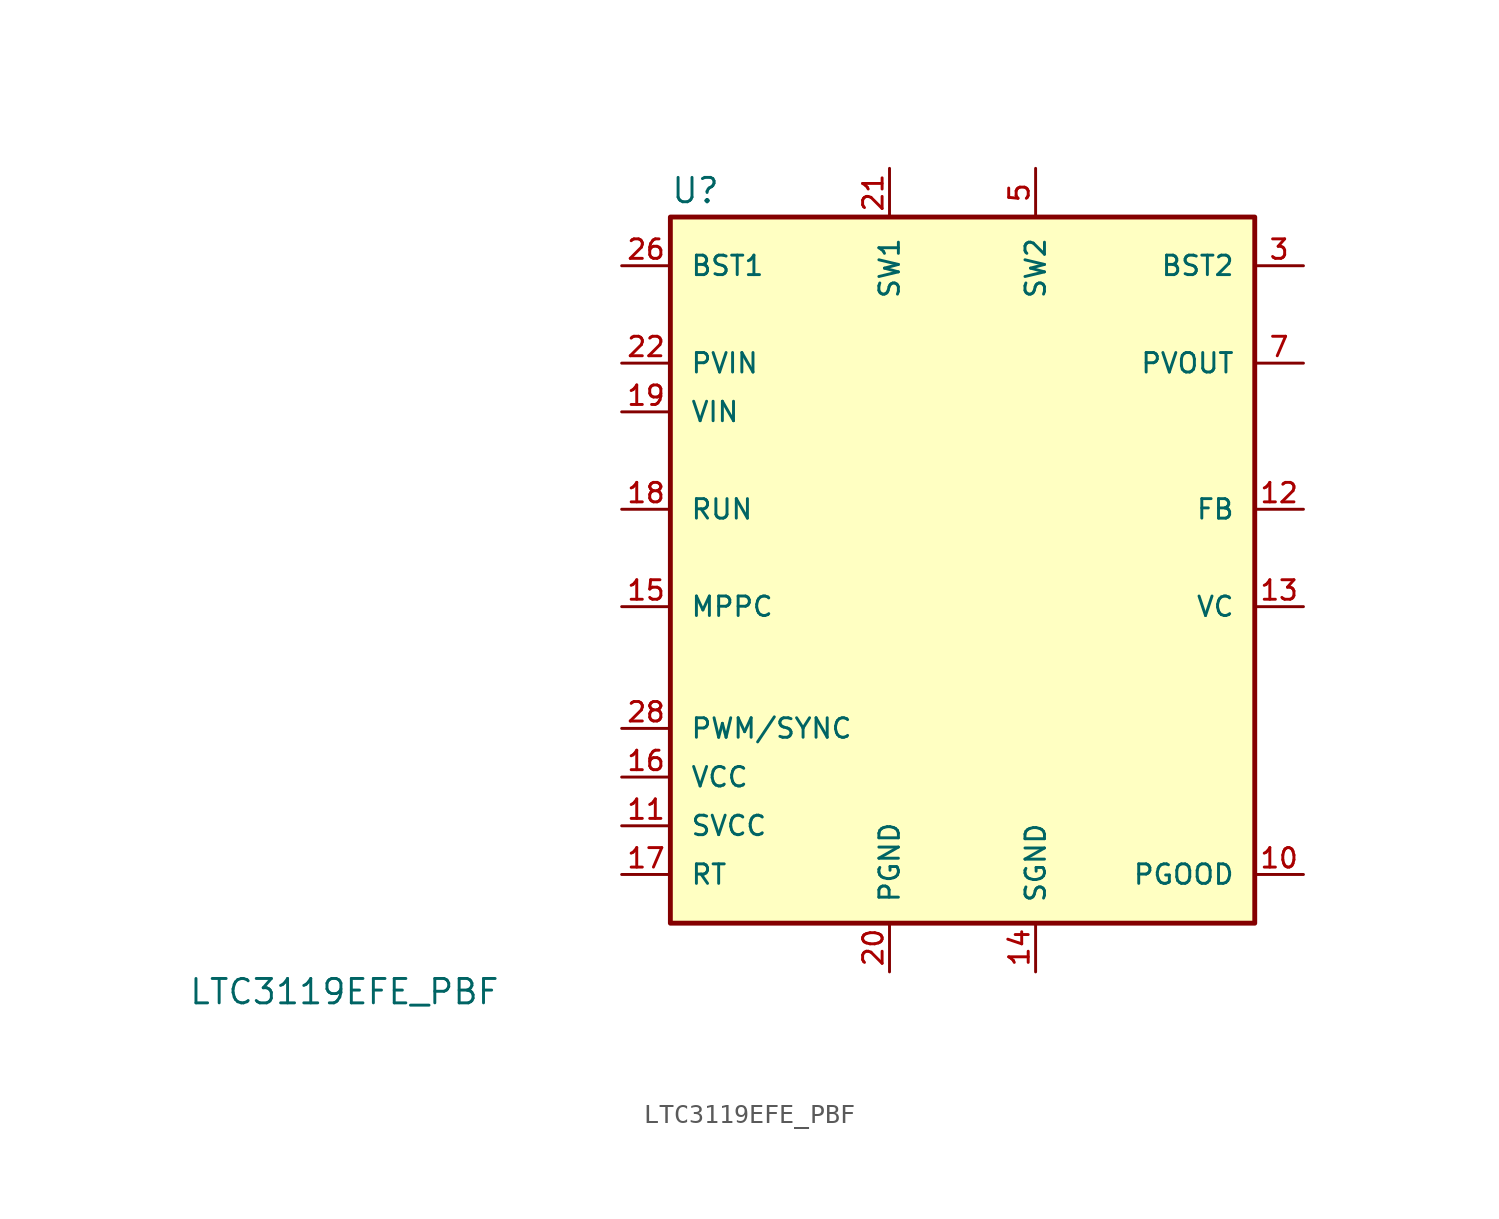
<source format=kicad_sym>
(kicad_symbol_lib
  (version 20241209)
  (generator "kicad_symbol_editor")
  (generator_version "9.0")
  (symbol "LTC3119EFE_PBF"
    (pin_names
      (offset 1.016))
    (property "Reference" "U"
      (at -15.24 23.495 0)
      (effects (font (size 1.27 1.27)) (justify left bottom)))
    (property "Value" "LTC3119EFE_PBF"
      (at -40.386 -18.288 0)
      (effects (font (size 1.27 1.27)) (justify left bottom)))
    (symbol "LTC3119EFE_PBF_0_0"
      (rectangle (start -15.24 22.86) (end 15.24 -13.97) (stroke (width 0.254) (type default)) (fill (type background))))
    (symbol "LTC3119EFE_PBF_1_0"
      (pin input line (at -17.78 20.32 0) (length 2.54) (name "BST1" (effects (font (size 1.016 1.016)))) (number "26" (effects (font (size 1.016 1.016)))))
      (pin input line (at -17.78 15.24 0) (length 2.54) (name "PVIN" (effects (font (size 1.016 1.016)))) (number "22" (effects (font (size 1.016 1.016)))))
      (pin input line (at -17.78 15.24 0) (length 2.54) (hide yes) (name "PVIN" (effects (font (size 1.016 1.016)))) (number "23" (effects (font (size 1.016 1.016)))))
      (pin input line (at -17.78 12.7 0) (length 2.54) (name "VIN" (effects (font (size 1.016 1.016)))) (number "19" (effects (font (size 1.016 1.016)))))
      (pin input line (at -17.78 7.62 0) (length 2.54) (name "RUN" (effects (font (size 1.016 1.016)))) (number "18" (effects (font (size 1.016 1.016)))))
      (pin input line (at -17.78 2.54 0) (length 2.54) (name "MPPC" (effects (font (size 1.016 1.016)))) (number "15" (effects (font (size 1.016 1.016)))))
      (pin input line (at -17.78 -3.81 0) (length 2.54) (name "PWM/SYNC" (effects (font (size 1.016 1.016)))) (number "28" (effects (font (size 1.016 1.016)))))
      (pin power_in line (at -17.78 -6.35 0) (length 2.54) (name "VCC" (effects (font (size 1.016 1.016)))) (number "16" (effects (font (size 1.016 1.016)))))
      (pin power_in line (at -17.78 -8.89 0) (length 2.54) (name "SVCC" (effects (font (size 1.016 1.016)))) (number "11" (effects (font (size 1.016 1.016)))))
      (pin input line (at -17.78 -11.43 0) (length 2.54) (name "RT" (effects (font (size 1.016 1.016)))) (number "17" (effects (font (size 1.016 1.016)))))
      (pin passive line (at -3.81 25.4 270) (length 2.54) (name "SW1" (effects (font (size 1.016 1.016)))) (number "21" (effects (font (size 1.016 1.016)))))
      (pin passive line (at -3.81 25.4 270) (length 2.54) (hide yes) (name "SW1" (effects (font (size 1.016 1.016)))) (number "24" (effects (font (size 1.016 1.016)))))
      (pin power_in line (at -3.81 -16.51 90) (length 2.54) (name "PGND" (effects (font (size 1.016 1.016)))) (number "20" (effects (font (size 1.016 1.016)))))
      (pin power_in line (at -3.81 -16.51 90) (length 2.54) (hide yes) (name "PGND" (effects (font (size 1.016 1.016)))) (number "25" (effects (font (size 1.016 1.016)))))
      (pin power_in line (at -3.81 -16.51 90) (length 2.54) (hide yes) (name "PGND" (effects (font (size 1.016 1.016)))) (number "29" (effects (font (size 1.016 1.016)))))
      (pin power_in line (at -3.81 -16.51 90) (length 2.54) (hide yes) (name "PGND" (effects (font (size 1.016 1.016)))) (number "4" (effects (font (size 1.016 1.016)))))
      (pin power_in line (at -3.81 -16.51 90) (length 2.54) (hide yes) (name "PGND" (effects (font (size 1.016 1.016)))) (number "9" (effects (font (size 1.016 1.016)))))
      (pin no_connect line (at 0 -16.51 90) (length 2.54) (hide yes) (name "N/C" (effects (font (size 1.016 1.016)))) (number "1" (effects (font (size 1.016 1.016)))))
      (pin no_connect line (at 0 -16.51 90) (length 2.54) (hide yes) (name "N/C" (effects (font (size 1.016 1.016)))) (number "2" (effects (font (size 1.016 1.016)))))
      (pin no_connect line (at 0 -16.51 90) (length 2.54) (hide yes) (name "N/C" (effects (font (size 1.016 1.016)))) (number "27" (effects (font (size 1.016 1.016)))))
      (pin passive line (at 3.81 25.4 270) (length 2.54) (name "SW2" (effects (font (size 1.016 1.016)))) (number "5" (effects (font (size 1.016 1.016)))))
      (pin passive line (at 3.81 25.4 270) (length 2.54) (hide yes) (name "SW2" (effects (font (size 1.016 1.016)))) (number "8" (effects (font (size 1.016 1.016)))))
      (pin power_in line (at 3.81 -16.51 90) (length 2.54) (name "SGND" (effects (font (size 1.016 1.016)))) (number "14" (effects (font (size 1.016 1.016)))))
      (pin input line (at 17.78 20.32 180) (length 2.54) (name "BST2" (effects (font (size 1.016 1.016)))) (number "3" (effects (font (size 1.016 1.016)))))
      (pin output line (at 17.78 15.24 180) (length 2.54) (hide yes) (name "PVOUT" (effects (font (size 1.016 1.016)))) (number "6" (effects (font (size 1.016 1.016)))))
      (pin output line (at 17.78 15.24 180) (length 2.54) (name "PVOUT" (effects (font (size 1.016 1.016)))) (number "7" (effects (font (size 1.016 1.016)))))
      (pin input line (at 17.78 7.62 180) (length 2.54) (name "FB" (effects (font (size 1.016 1.016)))) (number "12" (effects (font (size 1.016 1.016)))))
      (pin output line (at 17.78 2.54 180) (length 2.54) (name "VC" (effects (font (size 1.016 1.016)))) (number "13" (effects (font (size 1.016 1.016)))))
      (pin output line (at 17.78 -11.43 180) (length 2.54) (name "PGOOD" (effects (font (size 1.016 1.016)))) (number "10" (effects (font (size 1.016 1.016))))))))
</source>
